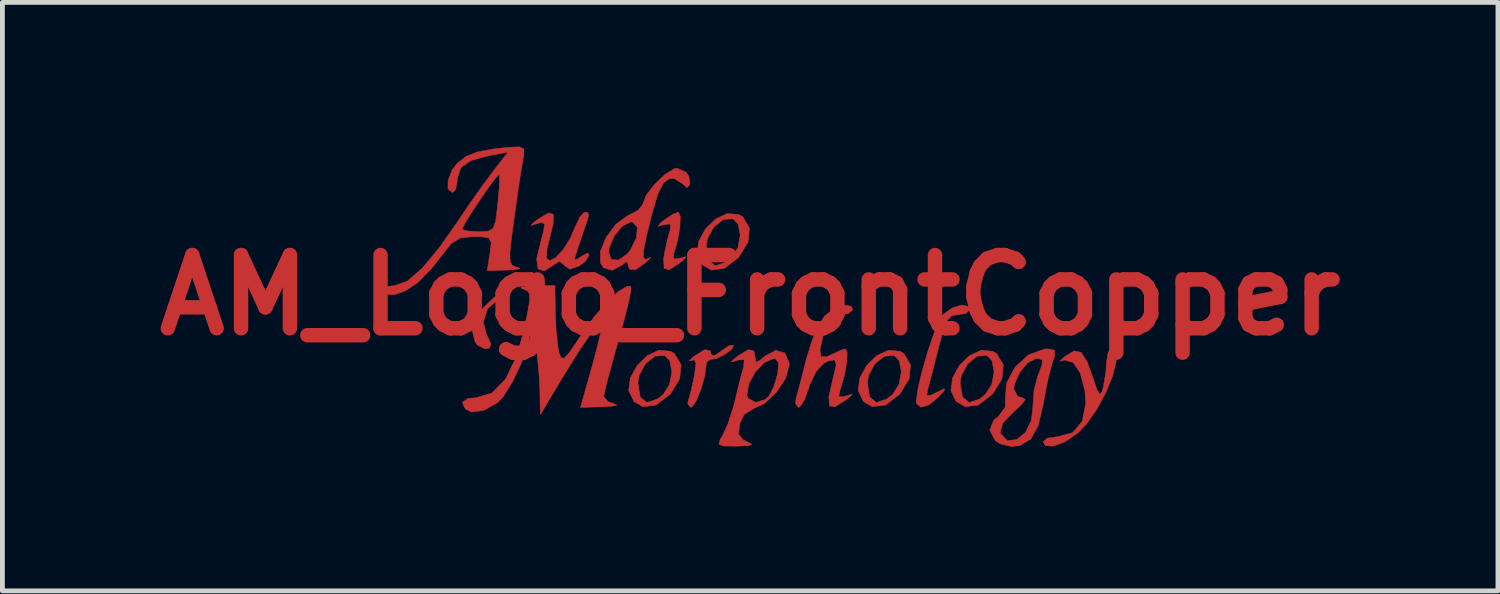
<source format=kicad_pcb>
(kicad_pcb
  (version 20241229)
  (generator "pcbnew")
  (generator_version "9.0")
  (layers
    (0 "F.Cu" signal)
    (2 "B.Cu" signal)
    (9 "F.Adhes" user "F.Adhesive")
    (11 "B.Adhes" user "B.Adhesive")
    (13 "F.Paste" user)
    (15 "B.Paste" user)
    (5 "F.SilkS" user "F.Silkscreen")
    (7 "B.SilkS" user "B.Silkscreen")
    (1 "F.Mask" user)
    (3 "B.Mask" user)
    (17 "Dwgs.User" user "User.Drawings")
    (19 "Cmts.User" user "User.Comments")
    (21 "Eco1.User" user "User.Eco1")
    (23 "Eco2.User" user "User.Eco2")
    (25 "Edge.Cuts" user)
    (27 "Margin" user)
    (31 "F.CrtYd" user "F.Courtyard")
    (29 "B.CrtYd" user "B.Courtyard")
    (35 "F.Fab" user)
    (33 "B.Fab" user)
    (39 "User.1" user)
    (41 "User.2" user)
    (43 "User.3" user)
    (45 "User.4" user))
  (footprint "AM_Logo_FrontCopper"
    (layer "F.Cu")
    (at 12.562 3.092)
    (property "Reference" "AM_Logo_FrontCopper" (at 0 0 0) (layer "F.Cu") (effects (font (size 1.524 1.524) (thickness 0.3))))
    (attr through_hole)
    (fp_poly (pts (xy -5.043 -0.056) (xy -5.177 0.041) (xy -5.2 0.054) (xy -5.466 0.283) (xy -5.555 0.566) (xy -5.492 0.802) (xy -5.397 1.013) (xy -5.423 1.103) (xy -5.526 1.118) (xy -5.681 1.035) (xy -5.73 0.957) (xy -5.786 0.722) (xy -5.791 0.644) (xy -5.719 0.471) (xy -5.543 0.25) (xy -5.325 0.044) (xy -5.128 -0.083) (xy -5.062 -0.098) (xy -5.043 -0.056)) (stroke (width 0.01) (type solid)) (fill yes) (layer "F.Cu"))
    (fp_poly (pts (xy -1.454 -1.64) (xy -1.462 -1.425) (xy -1.507 -1.148) (xy -1.584 -0.877) (xy -1.592 -0.855) (xy -1.588 -0.754) (xy -1.459 -0.769) (xy -1.334 -0.802) (xy -1.366 -0.753) (xy -1.467 -0.669) (xy -1.684 -0.528) (xy -1.792 -0.556) (xy -1.801 -0.761) (xy -1.783 -0.871) (xy -1.722 -1.156) (xy -1.664 -1.366) (xy -1.659 -1.38) (xy -1.663 -1.481) (xy -1.792 -1.466) (xy -1.917 -1.433) (xy -1.885 -1.482) (xy -1.784 -1.567) (xy -1.598 -1.69) (xy -1.493 -1.727) (xy -1.454 -1.64)) (stroke (width 0.01) (type solid)) (fill yes) (layer "F.Cu"))
    (fp_poly (pts (xy -1.655 1.169) (xy -1.573 1.22) (xy -1.438 1.45) (xy -1.467 1.743) (xy -1.656 2.051) (xy -1.672 2.068) (xy -1.958 2.287) (xy -2.23 2.322) (xy -2.418 2.215) (xy -2.528 1.988) (xy -2.508 1.828) (xy -2.337 1.828) (xy -2.288 2.121) (xy -2.149 2.235) (xy -1.932 2.162) (xy -1.811 2.067) (xy -1.677 1.855) (xy -1.63 1.594) (xy -1.673 1.364) (xy -1.782 1.254) (xy -1.984 1.272) (xy -2.179 1.429) (xy -2.311 1.668) (xy -2.337 1.828) (xy -2.508 1.828) (xy -2.495 1.724) (xy -2.354 1.466) (xy -2.142 1.259) (xy -1.897 1.146) (xy -1.655 1.169)) (stroke (width 0.01) (type solid)) (fill yes) (layer "F.Cu"))
    (fp_poly (pts (xy -0.378 1.122) (xy -0.522 1.229) (xy -0.701 1.319) (xy -0.838 1.343) (xy -0.838 1.342) (xy -0.909 1.401) (xy -0.915 1.448) (xy -0.947 1.688) (xy -1.025 1.963) (xy -1.123 2.201) (xy -1.215 2.33) (xy -1.235 2.337) (xy -1.3 2.263) (xy -1.287 2.192) (xy -1.232 1.999) (xy -1.169 1.715) (xy -1.16 1.669) (xy -1.128 1.428) (xy -1.16 1.345) (xy -1.231 1.364) (xy -1.272 1.368) (xy -1.174 1.278) (xy -0.949 1.135) (xy -0.83 1.156) (xy -0.813 1.235) (xy -0.752 1.265) (xy -0.609 1.168) (xy -0.441 1.052) (xy -0.346 1.042) (xy -0.378 1.122)) (stroke (width 0.01) (type solid)) (fill yes) (layer "F.Cu"))
    (fp_poly (pts (xy -0.232 -1.676) (xy -0.151 -1.625) (xy -0.015 -1.394) (xy -0.045 -1.102) (xy -0.234 -0.794) (xy -0.249 -0.777) (xy -0.536 -0.558) (xy -0.807 -0.522) (xy -0.996 -0.63) (xy -1.106 -0.857) (xy -1.086 -1.017) (xy -0.914 -1.017) (xy -0.865 -0.723) (xy -0.726 -0.61) (xy -0.509 -0.683) (xy -0.389 -0.778) (xy -0.254 -0.99) (xy -0.207 -1.251) (xy -0.251 -1.48) (xy -0.359 -1.59) (xy -0.562 -1.573) (xy -0.757 -1.416) (xy -0.889 -1.177) (xy -0.914 -1.017) (xy -1.086 -1.017) (xy -1.072 -1.121) (xy -0.931 -1.378) (xy -0.72 -1.585) (xy -0.474 -1.699) (xy -0.232 -1.676)) (stroke (width 0.01) (type solid)) (fill yes) (layer "F.Cu"))
    (fp_poly (pts (xy 3.121 1.169) (xy 3.202 1.22) (xy 3.338 1.45) (xy 3.308 1.743) (xy 3.119 2.051) (xy 3.104 2.068) (xy 2.817 2.287) (xy 2.546 2.322) (xy 2.357 2.215) (xy 2.247 1.988) (xy 2.267 1.828) (xy 2.438 1.828) (xy 2.487 2.121) (xy 2.626 2.235) (xy 2.844 2.162) (xy 2.964 2.067) (xy 3.099 1.855) (xy 3.146 1.594) (xy 3.102 1.364) (xy 2.993 1.254) (xy 2.791 1.272) (xy 2.596 1.429) (xy 2.464 1.668) (xy 2.438 1.828) (xy 2.267 1.828) (xy 2.281 1.724) (xy 2.422 1.466) (xy 2.633 1.259) (xy 2.878 1.146) (xy 3.121 1.169)) (stroke (width 0.01) (type solid)) (fill yes) (layer "F.Cu"))
    (fp_poly (pts (xy 4.543 0.235) (xy 4.572 0.305) (xy 4.485 0.383) (xy 4.33 0.406) (xy 4.197 0.428) (xy 4.1 0.523) (xy 4.016 0.732) (xy 3.92 1.092) (xy 3.826 1.467) (xy 3.744 1.782) (xy 3.694 1.965) (xy 3.675 2.088) (xy 3.76 2.083) (xy 3.877 2.026) (xy 4.039 1.946) (xy 4.045 1.975) (xy 3.921 2.119) (xy 3.721 2.285) (xy 3.55 2.332) (xy 3.46 2.251) (xy 3.456 2.21) (xy 3.491 1.949) (xy 3.576 1.587) (xy 3.693 1.186) (xy 3.821 0.81) (xy 3.941 0.524) (xy 4.012 0.408) (xy 4.201 0.267) (xy 4.401 0.205) (xy 4.543 0.235)) (stroke (width 0.01) (type solid)) (fill yes) (layer "F.Cu"))
    (fp_poly (pts (xy 5.051 1.169) (xy 5.132 1.22) (xy 5.268 1.45) (xy 5.239 1.743) (xy 5.049 2.051) (xy 5.034 2.068) (xy 4.747 2.287) (xy 4.476 2.322) (xy 4.288 2.215) (xy 4.177 1.988) (xy 4.198 1.828) (xy 4.369 1.828) (xy 4.418 2.121) (xy 4.557 2.235) (xy 4.774 2.162) (xy 4.894 2.067) (xy 5.029 1.855) (xy 5.076 1.594) (xy 5.033 1.364) (xy 4.924 1.254) (xy 4.722 1.272) (xy 4.527 1.429) (xy 4.395 1.668) (xy 4.369 1.828) (xy 4.198 1.828) (xy 4.211 1.724) (xy 4.352 1.466) (xy 4.564 1.259) (xy 4.809 1.146) (xy 5.051 1.169)) (stroke (width 0.01) (type solid)) (fill yes) (layer "F.Cu"))
    (fp_poly (pts (xy 7.614 1.196) (xy 7.614 1.402) (xy 7.537 1.695) (xy 7.398 2.033) (xy 7.214 2.375) (xy 7.003 2.678) (xy 6.814 2.874) (xy 6.552 3.051) (xy 6.311 3.142) (xy 6.144 3.133) (xy 6.096 3.048) (xy 6.184 2.976) (xy 6.397 2.946) (xy 6.398 2.946) (xy 6.713 2.862) (xy 6.912 2.623) (xy 6.985 2.249) (xy 6.966 1.99) (xy 6.868 1.619) (xy 6.719 1.398) (xy 6.535 1.35) (xy 6.481 1.37) (xy 6.448 1.369) (xy 6.549 1.276) (xy 6.741 1.161) (xy 6.886 1.19) (xy 7.011 1.385) (xy 7.12 1.681) (xy 7.215 1.96) (xy 7.274 2.065) (xy 7.319 2.019) (xy 7.347 1.928) (xy 7.4 1.622) (xy 7.415 1.397) (xy 7.448 1.194) (xy 7.518 1.118) (xy 7.614 1.196)) (stroke (width 0.01) (type solid)) (fill yes) (layer "F.Cu"))
    (fp_poly (pts (xy -3.379 -1.719) (xy -3.363 -1.663) (xy -3.404 -1.511) (xy -3.505 -1.219) (xy -3.597 -0.949) (xy -3.651 -0.769) (xy -3.658 -0.737) (xy -3.594 -0.749) (xy -3.505 -0.813) (xy -3.378 -0.878) (xy -3.353 -0.829) (xy -3.433 -0.7) (xy -3.569 -0.603) (xy -3.756 -0.539) (xy -3.867 -0.619) (xy -3.869 -0.624) (xy -3.969 -0.707) (xy -4.08 -0.634) (xy -4.281 -0.504) (xy -4.415 -0.546) (xy -4.443 -0.742) (xy -4.435 -0.787) (xy -4.361 -1.098) (xy -4.304 -1.313) (xy -4.275 -1.485) (xy -4.353 -1.513) (xy -4.429 -1.49) (xy -4.561 -1.449) (xy -4.532 -1.49) (xy -4.426 -1.575) (xy -4.201 -1.71) (xy -4.093 -1.68) (xy -4.101 -1.483) (xy -4.104 -1.473) (xy -4.18 -1.16) (xy -4.227 -0.965) (xy -4.242 -0.769) (xy -4.17 -0.717) (xy -4.041 -0.786) (xy -3.887 -0.953) (xy -3.737 -1.197) (xy -3.649 -1.404) (xy -3.548 -1.622) (xy -3.453 -1.726) (xy -3.444 -1.727) (xy -3.379 -1.719)) (stroke (width 0.01) (type solid)) (fill yes) (layer "F.Cu"))
    (fp_poly (pts (xy 6.329 1.144) (xy 6.337 1.262) (xy 6.299 1.373) (xy 6.23 1.611) (xy 6.153 1.963) (xy 6.1 2.262) (xy 5.993 2.717) (xy 5.837 2.998) (xy 5.611 3.13) (xy 5.437 3.15) (xy 5.203 3.095) (xy 5.1 3.028) (xy 5.007 2.85) (xy 5.204 2.85) (xy 5.212 2.878) (xy 5.347 3.029) (xy 5.546 3.005) (xy 5.729 2.858) (xy 5.854 2.6) (xy 5.883 2.324) (xy 5.906 1.987) (xy 5.981 1.695) (xy 6.072 1.455) (xy 6.079 1.349) (xy 5.999 1.322) (xy 5.949 1.321) (xy 5.776 1.406) (xy 5.607 1.61) (xy 5.499 1.854) (xy 5.486 1.953) (xy 5.566 2.107) (xy 5.66 2.134) (xy 5.726 2.172) (xy 5.631 2.296) (xy 5.49 2.421) (xy 5.257 2.662) (xy 5.204 2.85) (xy 5.007 2.85) (xy 4.985 2.809) (xy 5.068 2.604) (xy 5.165 2.527) (xy 5.307 2.332) (xy 5.308 2.183) (xy 5.334 1.833) (xy 5.512 1.5) (xy 5.791 1.243) (xy 6.126 1.121) (xy 6.188 1.118) (xy 6.329 1.144)) (stroke (width 0.01) (type solid)) (fill yes) (layer "F.Cu"))
    (fp_poly (pts (xy 2.101 0.23) (xy 2.134 0.305) (xy 2.047 0.382) (xy 1.884 0.406) (xy 1.711 0.442) (xy 1.601 0.583) (xy 1.521 0.823) (xy 1.453 1.134) (xy 1.473 1.28) (xy 1.59 1.284) (xy 1.712 1.227) (xy 1.903 1.14) (xy 1.988 1.118) (xy 2.019 1.204) (xy 2.006 1.417) (xy 1.956 1.688) (xy 1.88 1.948) (xy 1.871 1.973) (xy 1.841 2.113) (xy 1.949 2.114) (xy 1.989 2.1) (xy 2.123 2.058) (xy 2.096 2.098) (xy 1.987 2.184) (xy 1.767 2.322) (xy 1.652 2.305) (xy 1.636 2.123) (xy 1.715 1.769) (xy 1.725 1.733) (xy 1.789 1.458) (xy 1.76 1.346) (xy 1.624 1.372) (xy 1.536 1.416) (xy 1.377 1.582) (xy 1.242 1.856) (xy 1.219 1.932) (xy 1.128 2.184) (xy 1.033 2.325) (xy 1.005 2.337) (xy 0.942 2.258) (xy 0.953 2.159) (xy 1.004 1.972) (xy 1.086 1.658) (xy 1.171 1.321) (xy 1.29 0.941) (xy 1.432 0.614) (xy 1.55 0.432) (xy 1.75 0.278) (xy 1.955 0.206) (xy 2.101 0.23)) (stroke (width 0.01) (type solid)) (fill yes) (layer "F.Cu"))
    (fp_poly (pts (xy -1.338 -2.56) (xy -1.278 -2.475) (xy -1.254 -2.3) (xy -1.315 -2.237) (xy -1.415 -2.324) (xy -1.572 -2.421) (xy -1.682 -2.423) (xy -1.805 -2.336) (xy -1.92 -2.108) (xy -2.04 -1.708) (xy -2.049 -1.676) (xy -2.162 -1.215) (xy -2.219 -0.922) (xy -2.221 -0.773) (xy -2.169 -0.742) (xy -2.103 -0.775) (xy -2.067 -0.785) (xy -2.165 -0.686) (xy -2.381 -0.532) (xy -2.512 -0.535) (xy -2.54 -0.63) (xy -2.57 -0.701) (xy -2.662 -0.63) (xy -2.87 -0.516) (xy -3.051 -0.57) (xy -3.116 -0.67) (xy -3.117 -0.892) (xy -2.946 -0.892) (xy -2.886 -0.74) (xy -2.738 -0.731) (xy -2.558 -0.859) (xy -2.495 -0.937) (xy -2.367 -1.193) (xy -2.348 -1.405) (xy -2.439 -1.518) (xy -2.483 -1.524) (xy -2.657 -1.439) (xy -2.826 -1.235) (xy -2.933 -0.991) (xy -2.946 -0.892) (xy -3.117 -0.892) (xy -3.117 -0.914) (xy -2.995 -1.207) (xy -2.793 -1.477) (xy -2.552 -1.652) (xy -2.537 -1.658) (xy -2.327 -1.772) (xy -2.235 -1.89) (xy -2.235 -1.894) (xy -2.163 -2.08) (xy -1.986 -2.31) (xy -1.769 -2.516) (xy -1.573 -2.633) (xy -1.526 -2.642) (xy -1.338 -2.56)) (stroke (width 0.01) (type solid)) (fill yes) (layer "F.Cu"))
    (fp_poly (pts (xy 0.078 1.163) (xy 0.102 1.286) (xy 0.118 1.393) (xy 0.2 1.361) (xy 0.301 1.273) (xy 0.533 1.15) (xy 0.719 1.201) (xy 0.81 1.407) (xy 0.813 1.462) (xy 0.736 1.734) (xy 0.546 2.021) (xy 0.301 2.254) (xy 0.08 2.356) (xy -0.126 2.482) (xy -0.215 2.673) (xy -0.242 2.893) (xy -0.147 3.011) (xy -0.069 3.047) (xy 0.034 3.103) (xy -0.025 3.132) (xy -0.267 3.143) (xy -0.282 3.143) (xy -0.549 3.141) (xy -0.651 3.105) (xy -0.625 3.006) (xy -0.574 2.921) (xy -0.466 2.686) (xy -0.357 2.353) (xy -0.313 2.184) (xy -0.286 2.074) (xy -0.069 2.074) (xy -0.045 2.143) (xy 0.108 2.231) (xy 0.306 2.176) (xy 0.393 2.099) (xy 0.494 1.904) (xy 0.571 1.641) (xy 0.593 1.411) (xy 0.526 1.325) (xy 0.486 1.321) (xy 0.292 1.403) (xy 0.105 1.603) (xy -0.03 1.85) (xy -0.069 2.074) (xy -0.286 2.074) (xy -0.232 1.85) (xy -0.161 1.573) (xy -0.136 1.483) (xy -0.125 1.345) (xy -0.249 1.35) (xy -0.268 1.356) (xy -0.393 1.394) (xy -0.358 1.347) (xy -0.26 1.27) (xy -0.037 1.134) (xy 0.078 1.163)) (stroke (width 0.01) (type solid)) (fill yes) (layer "F.Cu"))
    (fp_poly (pts (xy -4.054 0.381) (xy -4.037 0.749) (xy -4.004 1.066) (xy -3.977 1.202) (xy -3.933 1.308) (xy -3.87 1.311) (xy -3.76 1.19) (xy -3.578 0.924) (xy -3.505 0.811) (xy -3.25 0.455) (xy -2.986 0.149) (xy -2.745 -0.075) (xy -2.56 -0.186) (xy -2.48 -0.177) (xy -2.487 -0.066) (xy -2.543 0.198) (xy -2.638 0.573) (xy -2.74 0.938) (xy -2.865 1.381) (xy -2.966 1.756) (xy -3.031 2.016) (xy -3.048 2.112) (xy -2.962 2.214) (xy -2.819 2.265) (xy -2.773 2.292) (xy -2.902 2.315) (xy -3.061 2.323) (xy -3.531 2.337) (xy -3.284 1.461) (xy -3.18 1.069) (xy -3.106 0.758) (xy -3.076 0.574) (xy -3.079 0.545) (xy -3.158 0.598) (xy -3.323 0.809) (xy -3.559 1.159) (xy -3.853 1.628) (xy -4.005 1.88) (xy -4.368 2.489) (xy -4.377 1.981) (xy -4.391 1.688) (xy -4.419 1.366) (xy -4.455 1.056) (xy -4.493 0.802) (xy -4.527 0.645) (xy -4.552 0.627) (xy -4.558 0.682) (xy -4.624 1.018) (xy -4.764 1.416) (xy -4.946 1.805) (xy -5.14 2.113) (xy -5.253 2.233) (xy -5.546 2.4) (xy -5.802 2.432) (xy -5.927 2.371) (xy -5.993 2.232) (xy -5.873 2.15) (xy -5.699 2.134) (xy -5.371 2.035) (xy -5.09 1.746) (xy -4.862 1.273) (xy -4.733 0.821) (xy -4.639 0.397) (xy -4.591 0.13) (xy -4.591 -0.019) (xy -4.638 -0.092) (xy -4.735 -0.129) (xy -4.75 -0.133) (xy -4.771 -0.163) (xy -4.623 -0.185) (xy -4.496 -0.191) (xy -4.064 -0.203) (xy -4.054 0.381)) (stroke (width 0.01) (type solid)) (fill yes) (layer "F.Cu"))
    (fp_poly (pts (xy -4.707 -3.04) (xy -4.712 -2.898) (xy -4.722 -2.85) (xy -4.76 -2.638) (xy -4.815 -2.284) (xy -4.878 -1.848) (xy -4.912 -1.605) (xy -4.972 -1.154) (xy -5.001 -0.865) (xy -4.996 -0.699) (xy -4.954 -0.619) (xy -4.872 -0.585) (xy -4.835 -0.578) (xy -4.792 -0.55) (xy -4.924 -0.528) (xy -5.048 -0.522) (xy -5.474 -0.508) (xy -5.416 -0.864) (xy -5.389 -1.094) (xy -5.442 -1.194) (xy -5.627 -1.218) (xy -5.753 -1.219) (xy -6.03 -1.191) (xy -6.222 -1.074) (xy -6.392 -0.858) (xy -6.629 -0.556) (xy -6.894 -0.283) (xy -6.933 -0.249) (xy -7.183 -0.085) (xy -7.416 -0.006) (xy -7.578 -0.021) (xy -7.62 -0.102) (xy -7.534 -0.18) (xy -7.386 -0.203) (xy -7.135 -0.292) (xy -6.825 -0.56) (xy -6.451 -1.012) (xy -6.199 -1.373) (xy -5.994 -1.373) (xy -5.905 -1.338) (xy -5.687 -1.321) (xy -5.653 -1.321) (xy -5.46 -1.329) (xy -5.352 -1.387) (xy -5.296 -1.542) (xy -5.258 -1.844) (xy -5.252 -1.902) (xy -5.224 -2.22) (xy -5.215 -2.443) (xy -5.222 -2.513) (xy -5.286 -2.451) (xy -5.423 -2.27) (xy -5.597 -2.021) (xy -5.774 -1.756) (xy -5.917 -1.528) (xy -5.991 -1.388) (xy -5.994 -1.373) (xy -6.199 -1.373) (xy -6.093 -1.524) (xy -5.832 -1.91) (xy -5.564 -2.289) (xy -5.349 -2.579) (xy -5.348 -2.581) (xy -5.039 -2.977) (xy -5.44 -2.902) (xy -5.814 -2.8) (xy -6.021 -2.653) (xy -6.094 -2.431) (xy -6.096 -2.375) (xy -6.132 -2.19) (xy -6.198 -2.134) (xy -6.289 -2.209) (xy -6.287 -2.389) (xy -6.202 -2.605) (xy -6.099 -2.741) (xy -5.915 -2.885) (xy -5.679 -2.98) (xy -5.331 -3.044) (xy -5.051 -3.074) (xy -4.803 -3.087) (xy -4.707 -3.04)) (stroke (width 0.01) (type solid)) (fill yes) (layer "F.Cu")))
  (gr_rect
    (start -3 -3)
    (end 28.124 9.246)
    (stroke (width 0.1) (type default))
    (fill no)
    (layer "Edge.Cuts")))
</source>
